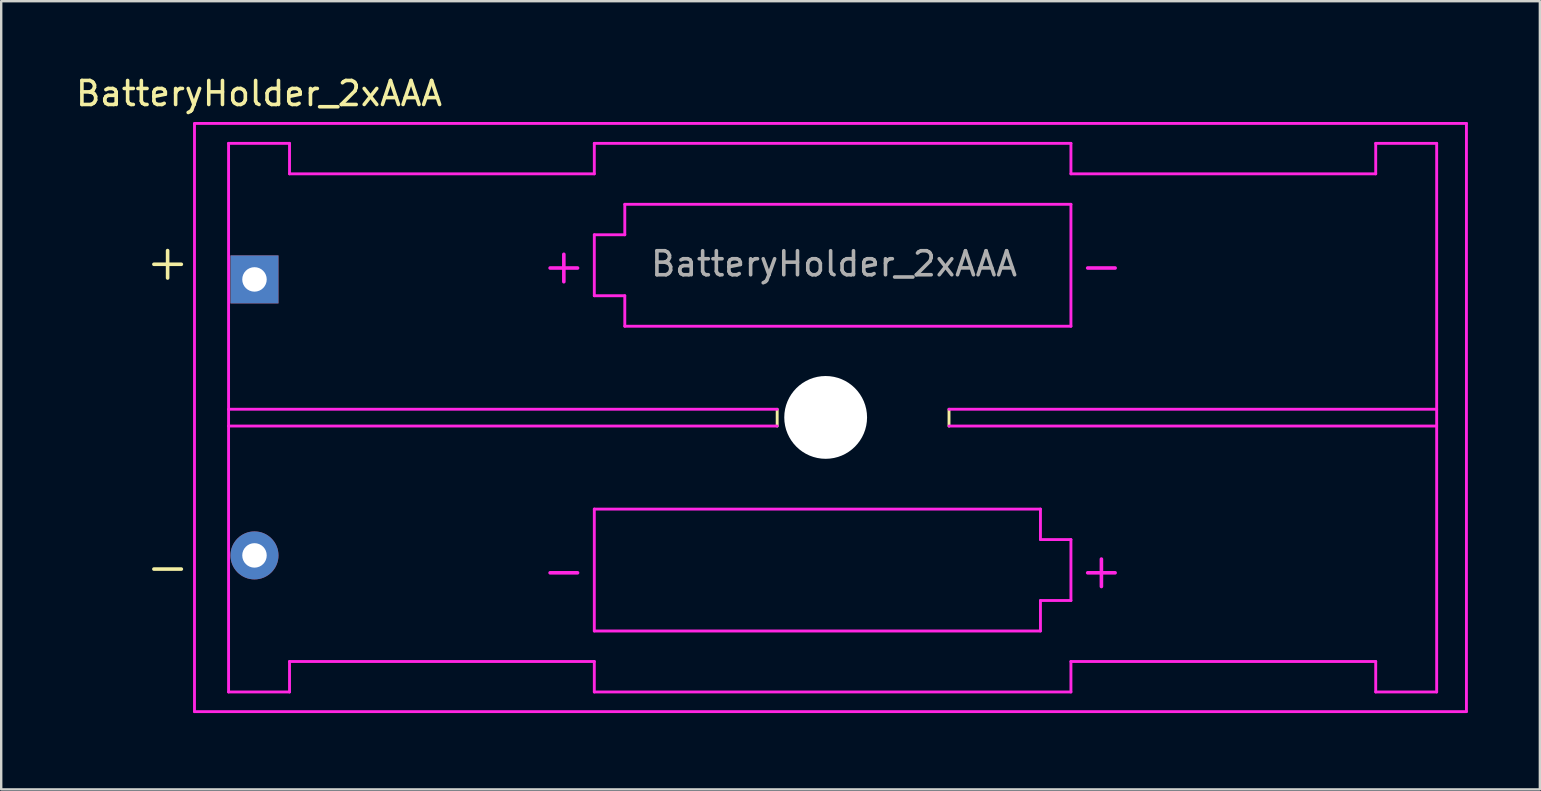
<source format=kicad_pcb>
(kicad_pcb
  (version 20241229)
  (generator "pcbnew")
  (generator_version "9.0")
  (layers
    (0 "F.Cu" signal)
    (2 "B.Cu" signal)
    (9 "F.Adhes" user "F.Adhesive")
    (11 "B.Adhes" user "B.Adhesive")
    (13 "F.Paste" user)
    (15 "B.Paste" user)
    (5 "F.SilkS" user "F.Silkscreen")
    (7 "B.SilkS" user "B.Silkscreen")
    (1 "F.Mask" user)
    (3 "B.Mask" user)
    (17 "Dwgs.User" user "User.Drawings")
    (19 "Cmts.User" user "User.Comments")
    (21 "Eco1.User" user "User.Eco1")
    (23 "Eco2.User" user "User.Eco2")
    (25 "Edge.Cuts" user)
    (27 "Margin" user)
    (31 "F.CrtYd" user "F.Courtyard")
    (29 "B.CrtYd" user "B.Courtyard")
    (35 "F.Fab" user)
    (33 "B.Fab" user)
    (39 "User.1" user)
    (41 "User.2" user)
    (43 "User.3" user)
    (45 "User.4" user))
  (footprint "BatteryHolder_2xAAA"
    (layer "F.Cu")
    (at 5.054 26.593)
    (property "Reference" "BatteryHolder_2xAAA" (at 2.69 -25.745 0) (layer "F.SilkS") (effects (font (size 1 1) (thickness 0.15))))
    (attr through_hole)
    (fp_line (start 24.28 -12.59) (end 24.28 -11.89) (stroke (width 0.12) (type solid)) (layer "F.SilkS"))
    (fp_line (start 31.44 -12.59) (end 31.44 -11.89) (stroke (width 0.12) (type solid)) (layer "F.SilkS"))
    (fp_line (start 0 -24.49) (end 0 0.01) (stroke (width 0.12) (type solid)) (layer "F.CrtYd"))
    (fp_line (start 0 0.01) (end 53 0.01) (stroke (width 0.12) (type solid)) (layer "F.CrtYd"))
    (fp_line (start 1.42 -23.67) (end 1.42 -0.81) (stroke (width 0.12) (type solid)) (layer "F.CrtYd"))
    (fp_line (start 1.42 -12.59) (end 24.28 -12.59) (stroke (width 0.12) (type solid)) (layer "F.CrtYd"))
    (fp_line (start 1.42 -0.81) (end 3.96 -0.81) (stroke (width 0.12) (type solid)) (layer "F.CrtYd"))
    (fp_line (start 3.96 -23.67) (end 1.42 -23.67) (stroke (width 0.12) (type solid)) (layer "F.CrtYd"))
    (fp_line (start 3.96 -22.4) (end 3.96 -23.67) (stroke (width 0.12) (type solid)) (layer "F.CrtYd"))
    (fp_line (start 3.96 -22.4) (end 16.66 -22.4) (stroke (width 0.12) (type solid)) (layer "F.CrtYd"))
    (fp_line (start 3.96 -2.08) (end 16.66 -2.08) (stroke (width 0.12) (type solid)) (layer "F.CrtYd"))
    (fp_line (start 3.96 -0.81) (end 3.96 -2.08) (stroke (width 0.12) (type solid)) (layer "F.CrtYd"))
    (fp_line (start 16.66 -23.67) (end 16.66 -22.4) (stroke (width 0.12) (type solid)) (layer "F.CrtYd"))
    (fp_line (start 16.66 -19.86) (end 17.93 -19.86) (stroke (width 0.12) (type solid)) (layer "F.CrtYd"))
    (fp_line (start 16.66 -17.32) (end 16.66 -19.86) (stroke (width 0.12) (type solid)) (layer "F.CrtYd"))
    (fp_line (start 16.66 -8.43) (end 35.25 -8.43) (stroke (width 0.12) (type solid)) (layer "F.CrtYd"))
    (fp_line (start 16.66 -3.35) (end 16.66 -8.43) (stroke (width 0.12) (type solid)) (layer "F.CrtYd"))
    (fp_line (start 16.66 -2.08) (end 16.66 -0.81) (stroke (width 0.12) (type solid)) (layer "F.CrtYd"))
    (fp_line (start 16.66 -0.81) (end 36.52 -0.81) (stroke (width 0.12) (type solid)) (layer "F.CrtYd"))
    (fp_line (start 17.93 -21.13) (end 36.52 -21.13) (stroke (width 0.12) (type solid)) (layer "F.CrtYd"))
    (fp_line (start 17.93 -19.86) (end 17.93 -21.13) (stroke (width 0.12) (type solid)) (layer "F.CrtYd"))
    (fp_line (start 17.93 -17.32) (end 16.66 -17.32) (stroke (width 0.12) (type solid)) (layer "F.CrtYd"))
    (fp_line (start 17.93 -16.05) (end 17.93 -17.32) (stroke (width 0.12) (type solid)) (layer "F.CrtYd"))
    (fp_line (start 24.28 -11.89) (end 1.42 -11.89) (stroke (width 0.12) (type solid)) (layer "F.CrtYd"))
    (fp_line (start 31.44 -11.89) (end 51.76 -11.89) (stroke (width 0.12) (type solid)) (layer "F.CrtYd"))
    (fp_line (start 35.25 -8.43) (end 35.25 -7.16) (stroke (width 0.12) (type solid)) (layer "F.CrtYd"))
    (fp_line (start 35.25 -7.16) (end 36.52 -7.16) (stroke (width 0.12) (type solid)) (layer "F.CrtYd"))
    (fp_line (start 35.25 -4.62) (end 35.25 -3.35) (stroke (width 0.12) (type solid)) (layer "F.CrtYd"))
    (fp_line (start 35.25 -3.35) (end 16.66 -3.35) (stroke (width 0.12) (type solid)) (layer "F.CrtYd"))
    (fp_line (start 36.52 -23.67) (end 16.66 -23.67) (stroke (width 0.12) (type solid)) (layer "F.CrtYd"))
    (fp_line (start 36.52 -22.4) (end 36.52 -23.67) (stroke (width 0.12) (type solid)) (layer "F.CrtYd"))
    (fp_line (start 36.52 -21.13) (end 36.52 -16.05) (stroke (width 0.12) (type solid)) (layer "F.CrtYd"))
    (fp_line (start 36.52 -16.05) (end 17.93 -16.05) (stroke (width 0.12) (type solid)) (layer "F.CrtYd"))
    (fp_line (start 36.52 -7.16) (end 36.52 -4.62) (stroke (width 0.12) (type solid)) (layer "F.CrtYd"))
    (fp_line (start 36.52 -4.62) (end 35.25 -4.62) (stroke (width 0.12) (type solid)) (layer "F.CrtYd"))
    (fp_line (start 36.52 -0.81) (end 36.52 -2.08) (stroke (width 0.12) (type solid)) (layer "F.CrtYd"))
    (fp_line (start 49.22 -23.67) (end 49.22 -22.4) (stroke (width 0.12) (type solid)) (layer "F.CrtYd"))
    (fp_line (start 49.22 -22.4) (end 36.52 -22.4) (stroke (width 0.12) (type solid)) (layer "F.CrtYd"))
    (fp_line (start 49.22 -2.08) (end 36.52 -2.08) (stroke (width 0.12) (type solid)) (layer "F.CrtYd"))
    (fp_line (start 49.22 -0.81) (end 49.22 -2.08) (stroke (width 0.12) (type solid)) (layer "F.CrtYd"))
    (fp_line (start 51.76 -23.67) (end 49.22 -23.67) (stroke (width 0.12) (type solid)) (layer "F.CrtYd"))
    (fp_line (start 51.76 -23.67) (end 51.76 -0.81) (stroke (width 0.12) (type solid)) (layer "F.CrtYd"))
    (fp_line (start 51.76 -12.59) (end 31.44 -12.59) (stroke (width 0.12) (type solid)) (layer "F.CrtYd"))
    (fp_line (start 51.76 -0.81) (end 49.22 -0.81) (stroke (width 0.12) (type solid)) (layer "F.CrtYd"))
    (fp_line (start 53 -24.5) (end 0 -24.5) (stroke (width 0.12) (type solid)) (layer "F.CrtYd"))
    (fp_line (start 53 0.005) (end 53 -24.5) (stroke (width 0.12) (type solid)) (layer "F.CrtYd"))
    (fp_text user "+" (at -1.12 -18.745 0) (layer "F.SilkS") (effects (font (size 1.5 1.5) (thickness 0.15))))
    (fp_text user "-" (at -1.12 -6.045 0) (layer "F.SilkS") (effects (font (size 1.5 1.5) (thickness 0.15))))
    (fp_text user "-" (at 15.39 -5.89 0) (layer "F.CrtYd") (effects (font (size 1.5 1.5) (thickness 0.15))))
    (fp_text user "+" (at 37.79 -5.89 0) (layer "F.CrtYd") (effects (font (size 1.5 1.5) (thickness 0.15))))
    (fp_text user "-" (at 37.79 -18.59 0) (layer "F.CrtYd") (effects (font (size 1.5 1.5) (thickness 0.15))))
    (fp_text user "+" (at 15.39 -18.59 0) (layer "F.CrtYd") (effects (font (size 1.5 1.5) (thickness 0.15))))
    (fp_text user "${REFERENCE}" (at 26.65 -18.65 0) (layer "F.Fab") (effects (font (size 1 1) (thickness 0.15))))
    (pad "" np_thru_hole circle (at 26.3 -12.25) (size 3.45 3.45) (drill 3.45) (layers "*.Cu" "*.Mask"))
    (pad "1" thru_hole rect (at 2.5 -18) (size 2 2) (drill 1.02) (layers "*.Cu" "*.Mask"))
    (pad "2" thru_hole circle (at 2.5 -6.5) (size 2 2) (drill 1.02) (layers "*.Cu" "*.Mask")))
  (gr_rect
    (start -3 -3)
    (end 61.114 29.843)
    (stroke (width 0.1) (type default))
    (fill no)
    (layer "Edge.Cuts")))
</source>
